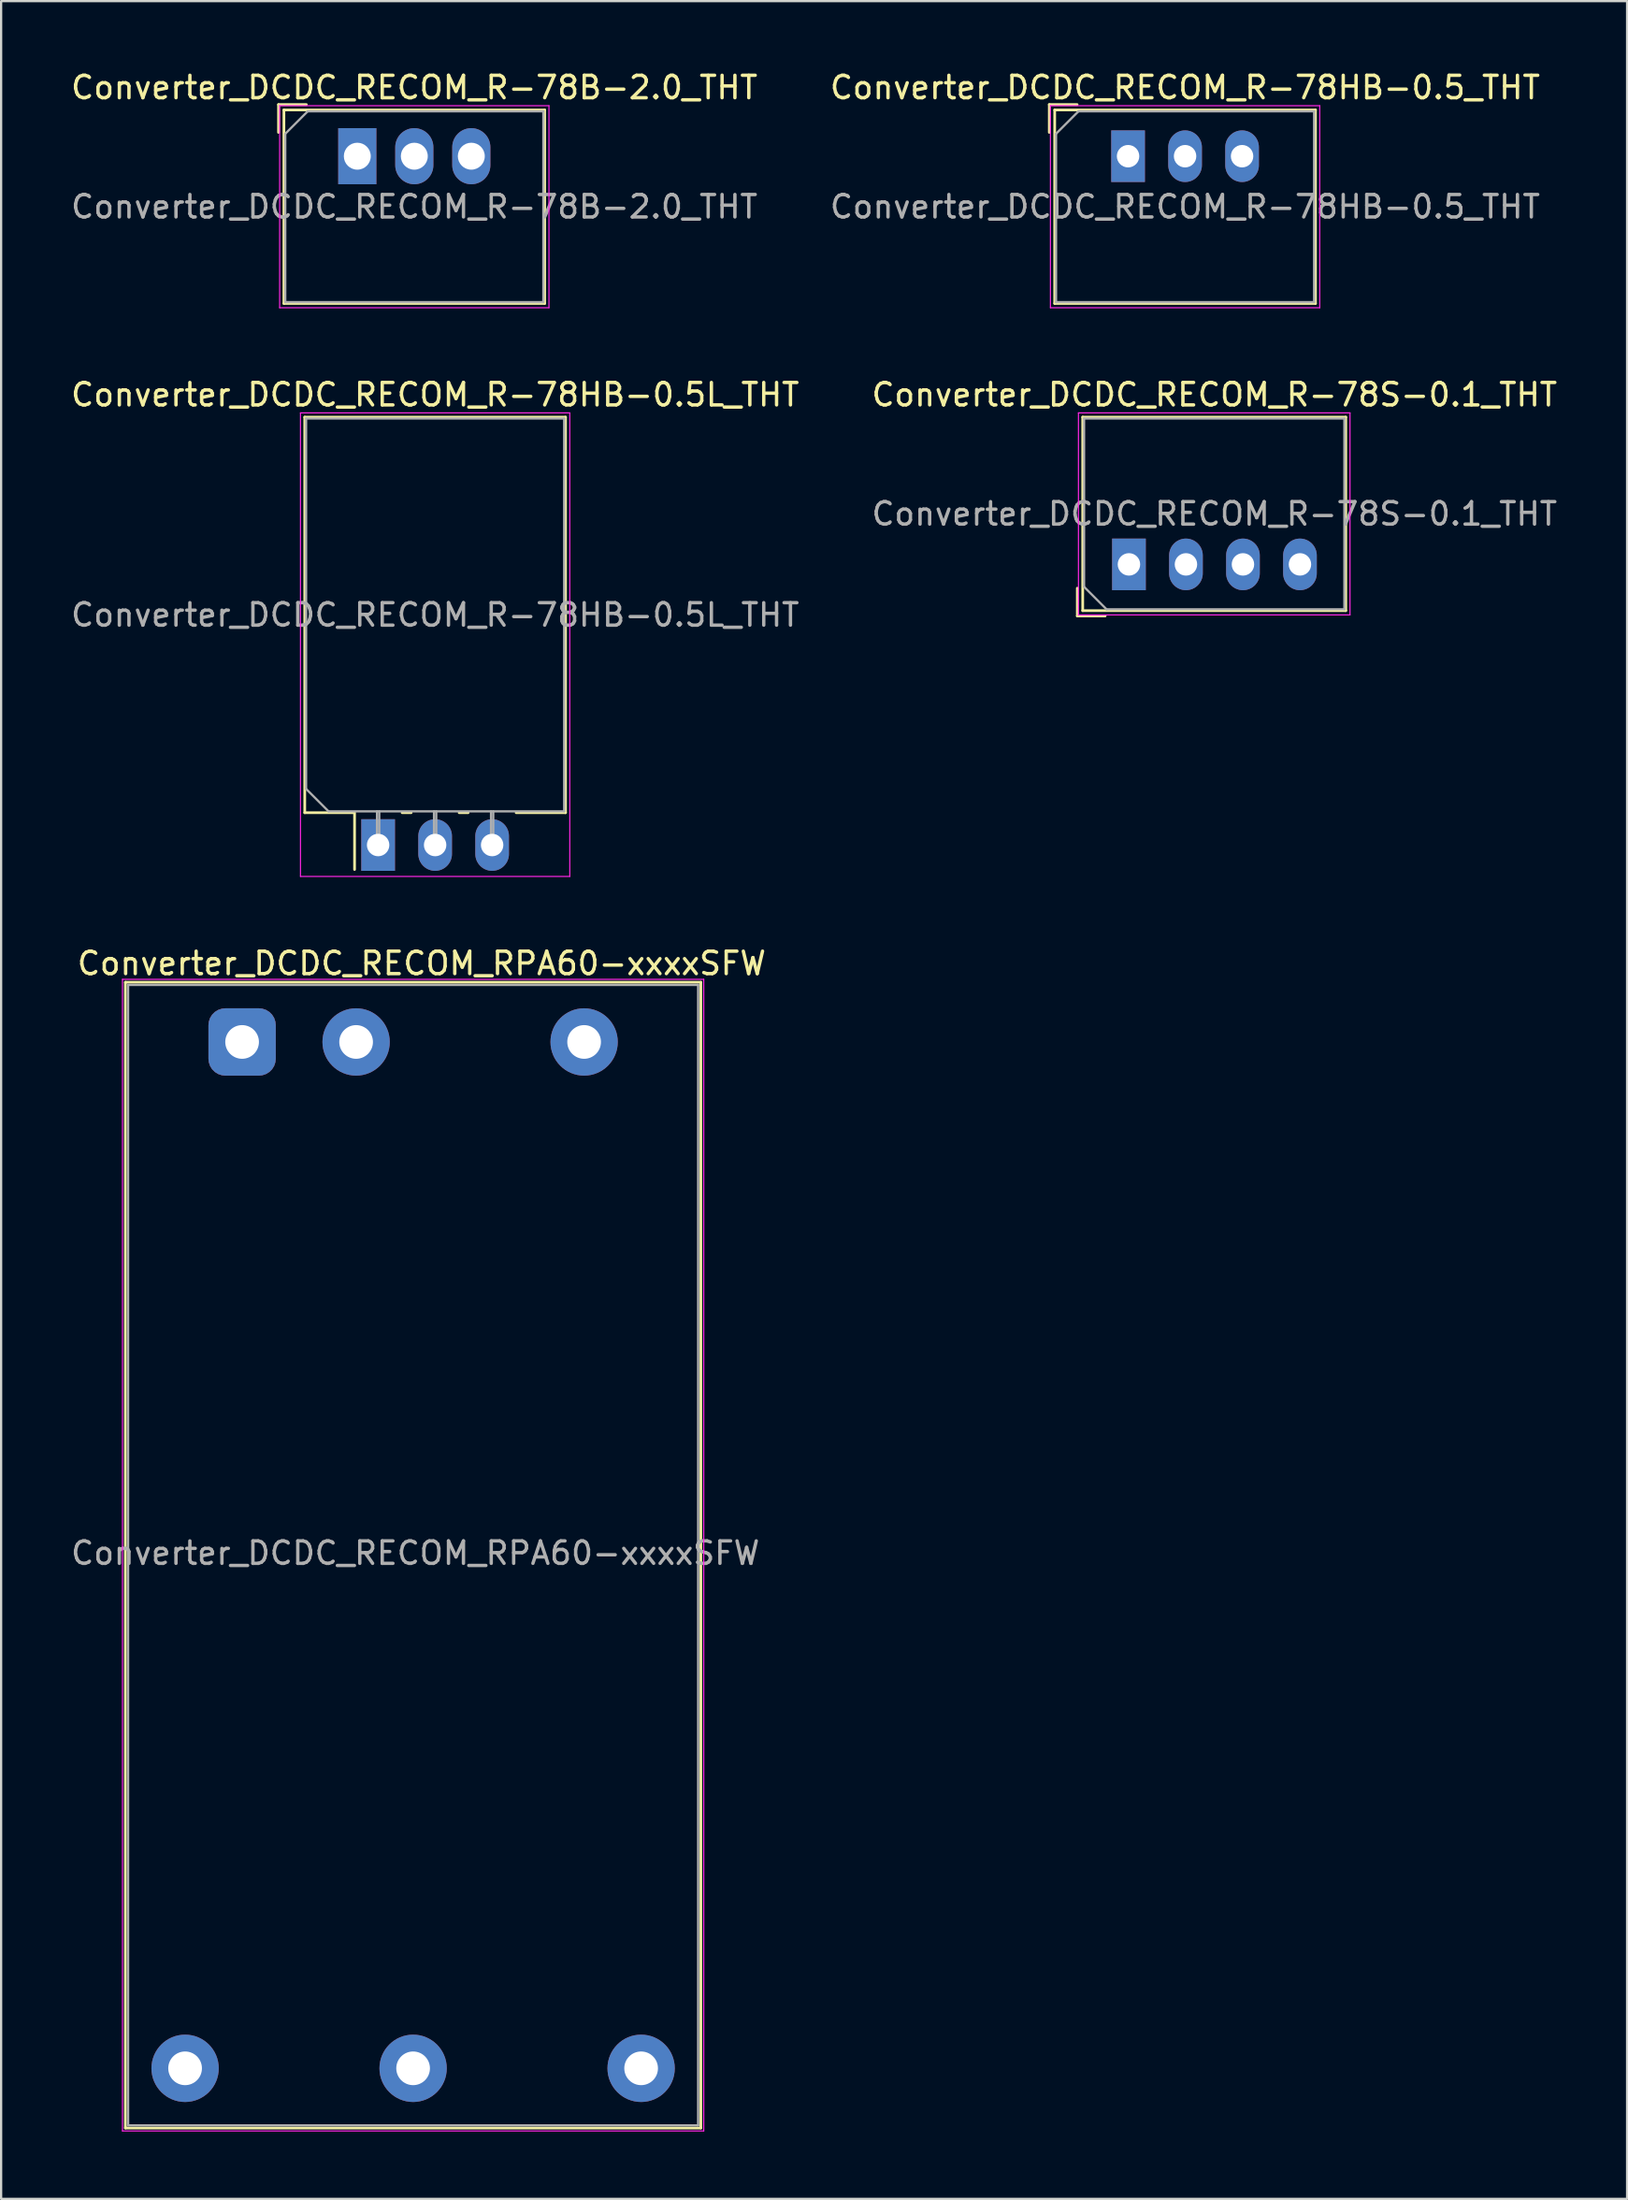
<source format=kicad_pcb>
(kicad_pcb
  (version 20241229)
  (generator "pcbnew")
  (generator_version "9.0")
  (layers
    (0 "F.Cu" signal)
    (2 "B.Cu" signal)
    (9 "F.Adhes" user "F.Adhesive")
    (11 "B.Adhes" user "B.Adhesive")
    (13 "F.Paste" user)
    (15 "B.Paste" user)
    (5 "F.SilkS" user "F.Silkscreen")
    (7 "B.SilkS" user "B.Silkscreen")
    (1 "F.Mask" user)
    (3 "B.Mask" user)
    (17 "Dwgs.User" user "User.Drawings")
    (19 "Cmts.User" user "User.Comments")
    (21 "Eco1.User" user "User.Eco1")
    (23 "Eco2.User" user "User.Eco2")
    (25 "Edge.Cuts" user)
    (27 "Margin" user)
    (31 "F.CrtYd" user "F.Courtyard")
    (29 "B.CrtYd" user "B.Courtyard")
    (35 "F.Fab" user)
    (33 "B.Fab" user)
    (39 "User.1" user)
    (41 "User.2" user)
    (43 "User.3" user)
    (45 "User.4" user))
  (footprint "Converter_DCDC_RECOM_R-78S-0.1_THT"
    (layer "F.Cu")
    (at 47.255 22.091)
    (property "Reference" "Converter_DCDC_RECOM_R-78S-0.1_THT" (at 3.81 -7.56 0) (layer "F.SilkS") (effects (font (size 1 1) (thickness 0.15))))
    (attr through_hole)
    (fp_line (start -2.3 1.06) (end -2.3 2.3) (stroke (width 0.12) (type solid)) (layer "F.SilkS"))
    (fp_line (start -2.3 2.3) (end -1.06 2.3) (stroke (width 0.12) (type solid)) (layer "F.SilkS"))
    (fp_line (start -2.06 -6.56) (end -2.06 2.06) (stroke (width 0.12) (type solid)) (layer "F.SilkS"))
    (fp_line (start -2.06 -6.56) (end 9.66 -6.56) (stroke (width 0.12) (type solid)) (layer "F.SilkS"))
    (fp_line (start -2.06 2.06) (end 9.66 2.06) (stroke (width 0.12) (type solid)) (layer "F.SilkS"))
    (fp_line (start 9.66 -6.56) (end 9.66 2.06) (stroke (width 0.12) (type solid)) (layer "F.SilkS"))
    (fp_line (start -2.25 -6.75) (end -2.25 2.25) (stroke (width 0.05) (type solid)) (layer "F.CrtYd"))
    (fp_line (start -2.25 2.25) (end 9.85 2.25) (stroke (width 0.05) (type solid)) (layer "F.CrtYd"))
    (fp_line (start 9.85 -6.75) (end -2.25 -6.75) (stroke (width 0.05) (type solid)) (layer "F.CrtYd"))
    (fp_line (start 9.85 2.25) (end 9.85 -6.75) (stroke (width 0.05) (type solid)) (layer "F.CrtYd"))
    (fp_line (start -2 -6.5) (end 9.6 -6.5) (stroke (width 0.1) (type solid)) (layer "F.Fab"))
    (fp_line (start -2 1) (end -2 -6.5) (stroke (width 0.1) (type solid)) (layer "F.Fab"))
    (fp_line (start -1 2) (end -2 1) (stroke (width 0.1) (type solid)) (layer "F.Fab"))
    (fp_line (start 9.6 -6.5) (end 9.6 2) (stroke (width 0.1) (type solid)) (layer "F.Fab"))
    (fp_line (start 9.6 2) (end -1 2) (stroke (width 0.1) (type solid)) (layer "F.Fab"))
    (fp_text user "${REFERENCE}" (at 3.81 -2.25 0) (layer "F.Fab") (effects (font (size 1 1) (thickness 0.15))))
    (pad "1" thru_hole rect (at 0 0) (size 1.5 2.3) (drill 1) (layers "*.Cu" "*.Mask"))
    (pad "2" thru_hole oval (at 2.54 0) (size 1.5 2.3) (drill 1) (layers "*.Cu" "*.Mask"))
    (pad "3" thru_hole oval (at 5.08 0) (size 1.5 2.3) (drill 1) (layers "*.Cu" "*.Mask"))
    (pad "4" thru_hole oval (at 7.62 0) (size 1.5 2.3) (drill 1) (layers "*.Cu" "*.Mask")))
  (footprint "Converter_DCDC_RECOM_R-78B-2.0_THT"
    (layer "F.Cu")
    (at 12.871 3.908)
    (property "Reference" "Converter_DCDC_RECOM_R-78B-2.0_THT" (at 2.54 -3.06 0) (layer "F.SilkS") (effects (font (size 1 1) (thickness 0.15))))
    (attr through_hole)
    (fp_line (start -3.51 -2.3) (end -2.27 -2.3) (stroke (width 0.12) (type solid)) (layer "F.SilkS"))
    (fp_line (start -3.51 -1.06) (end -3.51 -2.3) (stroke (width 0.12) (type solid)) (layer "F.SilkS"))
    (fp_line (start -3.27 -2.06) (end -3.27 6.56) (stroke (width 0.12) (type solid)) (layer "F.SilkS"))
    (fp_line (start -3.27 -2.06) (end 8.35 -2.06) (stroke (width 0.12) (type solid)) (layer "F.SilkS"))
    (fp_line (start -3.27 6.56) (end 8.35 6.56) (stroke (width 0.12) (type solid)) (layer "F.SilkS"))
    (fp_line (start 8.35 -2.06) (end 8.35 6.56) (stroke (width 0.12) (type solid)) (layer "F.SilkS"))
    (fp_line (start -3.46 -2.25) (end -3.46 6.75) (stroke (width 0.05) (type solid)) (layer "F.CrtYd"))
    (fp_line (start -3.46 6.75) (end 8.54 6.75) (stroke (width 0.05) (type solid)) (layer "F.CrtYd"))
    (fp_line (start 8.54 -2.25) (end -3.46 -2.25) (stroke (width 0.05) (type solid)) (layer "F.CrtYd"))
    (fp_line (start 8.54 6.75) (end 8.54 -2.25) (stroke (width 0.05) (type solid)) (layer "F.CrtYd"))
    (fp_line (start -3.21 -1) (end -2.21 -2) (stroke (width 0.1) (type solid)) (layer "F.Fab"))
    (fp_line (start -3.21 6.5) (end -3.21 -1) (stroke (width 0.1) (type solid)) (layer "F.Fab"))
    (fp_line (start -2.21 -2) (end 8.29 -2) (stroke (width 0.1) (type solid)) (layer "F.Fab"))
    (fp_line (start 8.29 -2) (end 8.29 6.5) (stroke (width 0.1) (type solid)) (layer "F.Fab"))
    (fp_line (start 8.29 6.5) (end -3.21 6.5) (stroke (width 0.1) (type solid)) (layer "F.Fab"))
    (fp_text user "${REFERENCE}" (at 2.54 2.25 0) (layer "F.Fab") (effects (font (size 1 1) (thickness 0.15))))
    (pad "1" thru_hole rect (at 0 0) (size 1.7 2.5) (drill 1.2) (layers "*.Cu" "*.Mask"))
    (pad "2" thru_hole oval (at 2.54 0) (size 1.7 2.5) (drill 1.2) (layers "*.Cu" "*.Mask"))
    (pad "3" thru_hole oval (at 5.08 0) (size 1.7 2.5) (drill 1.2) (layers "*.Cu" "*.Mask")))
  (footprint "Converter_DCDC_RECOM_R-78HB-0.5L_THT"
    (layer "F.Cu")
    (at 13.799 34.592)
    (property "Reference" "Converter_DCDC_RECOM_R-78HB-0.5L_THT" (at 2.54 -20.06 0) (layer "F.SilkS") (effects (font (size 1 1) (thickness 0.15))))
    (attr through_hole)
    (fp_line (start -3.27 -19.06) (end -3.27 -1.44) (stroke (width 0.12) (type solid)) (layer "F.SilkS"))
    (fp_line (start -3.27 -19.06) (end 8.35 -19.06) (stroke (width 0.12) (type solid)) (layer "F.SilkS"))
    (fp_line (start -3.27 -1.44) (end -1.07 -1.44) (stroke (width 0.12) (type solid)) (layer "F.SilkS"))
    (fp_line (start -1.05 -1.44) (end -1.05 1.091) (stroke (width 0.12) (type solid)) (layer "F.SilkS"))
    (fp_line (start 1.07 -1.44) (end 1.471 -1.44) (stroke (width 0.12) (type solid)) (layer "F.SilkS"))
    (fp_line (start 3.61 -1.44) (end 4.01 -1.44) (stroke (width 0.12) (type solid)) (layer "F.SilkS"))
    (fp_line (start 6.15 -1.44) (end 8.35 -1.44) (stroke (width 0.12) (type solid)) (layer "F.SilkS"))
    (fp_line (start 8.35 -19.06) (end 8.35 -1.44) (stroke (width 0.12) (type solid)) (layer "F.SilkS"))
    (fp_line (start -3.46 -19.25) (end -3.46 1.4) (stroke (width 0.05) (type solid)) (layer "F.CrtYd"))
    (fp_line (start -3.46 1.4) (end 8.54 1.4) (stroke (width 0.05) (type solid)) (layer "F.CrtYd"))
    (fp_line (start 8.54 -19.25) (end -3.46 -19.25) (stroke (width 0.05) (type solid)) (layer "F.CrtYd"))
    (fp_line (start 8.54 1.4) (end 8.54 -19.25) (stroke (width 0.05) (type solid)) (layer "F.CrtYd"))
    (fp_line (start -3.21 -19) (end 8.29 -19) (stroke (width 0.1) (type solid)) (layer "F.Fab"))
    (fp_line (start -3.21 -2.5) (end -3.21 -19) (stroke (width 0.1) (type solid)) (layer "F.Fab"))
    (fp_line (start -2.21 -1.5) (end -3.21 -2.5) (stroke (width 0.1) (type solid)) (layer "F.Fab"))
    (fp_line (start -0.05 0) (end -0.05 -1.5) (stroke (width 0.1) (type solid)) (layer "F.Fab"))
    (fp_line (start 0.05 0) (end 0.05 -1.5) (stroke (width 0.1) (type solid)) (layer "F.Fab"))
    (fp_line (start 2.49 0) (end 2.49 -1.5) (stroke (width 0.1) (type solid)) (layer "F.Fab"))
    (fp_line (start 2.59 0) (end 2.59 -1.5) (stroke (width 0.1) (type solid)) (layer "F.Fab"))
    (fp_line (start 5.03 0) (end 5.03 -1.5) (stroke (width 0.1) (type solid)) (layer "F.Fab"))
    (fp_line (start 5.13 0) (end 5.13 -1.5) (stroke (width 0.1) (type solid)) (layer "F.Fab"))
    (fp_line (start 8.29 -19) (end 8.29 -1.5) (stroke (width 0.1) (type solid)) (layer "F.Fab"))
    (fp_line (start 8.29 -1.5) (end -2.21 -1.5) (stroke (width 0.1) (type solid)) (layer "F.Fab"))
    (fp_text user "${REFERENCE}" (at 2.54 -10.25 0) (layer "F.Fab") (effects (font (size 1 1) (thickness 0.15))))
    (pad "1" thru_hole rect (at 0 0) (size 1.5 2.3) (drill 1) (layers "*.Cu" "*.Mask"))
    (pad "2" thru_hole oval (at 2.54 0) (size 1.5 2.3) (drill 1) (layers "*.Cu" "*.Mask"))
    (pad "3" thru_hole oval (at 5.08 0) (size 1.5 2.3) (drill 1) (layers "*.Cu" "*.Mask")))
  (footprint "Converter_DCDC_RECOM_R-78HB-0.5_THT"
    (layer "F.Cu")
    (at 47.216 3.908)
    (property "Reference" "Converter_DCDC_RECOM_R-78HB-0.5_THT" (at 2.54 -3.06 0) (layer "F.SilkS") (effects (font (size 1 1) (thickness 0.15))))
    (attr through_hole)
    (fp_line (start -3.51 -2.3) (end -2.27 -2.3) (stroke (width 0.12) (type solid)) (layer "F.SilkS"))
    (fp_line (start -3.51 -1.06) (end -3.51 -2.3) (stroke (width 0.12) (type solid)) (layer "F.SilkS"))
    (fp_line (start -3.27 -2.06) (end -3.27 6.56) (stroke (width 0.12) (type solid)) (layer "F.SilkS"))
    (fp_line (start -3.27 -2.06) (end 8.35 -2.06) (stroke (width 0.12) (type solid)) (layer "F.SilkS"))
    (fp_line (start -3.27 6.56) (end 8.35 6.56) (stroke (width 0.12) (type solid)) (layer "F.SilkS"))
    (fp_line (start 8.35 -2.06) (end 8.35 6.56) (stroke (width 0.12) (type solid)) (layer "F.SilkS"))
    (fp_line (start -3.46 -2.25) (end -3.46 6.75) (stroke (width 0.05) (type solid)) (layer "F.CrtYd"))
    (fp_line (start -3.46 6.75) (end 8.54 6.75) (stroke (width 0.05) (type solid)) (layer "F.CrtYd"))
    (fp_line (start 8.54 -2.25) (end -3.46 -2.25) (stroke (width 0.05) (type solid)) (layer "F.CrtYd"))
    (fp_line (start 8.54 6.75) (end 8.54 -2.25) (stroke (width 0.05) (type solid)) (layer "F.CrtYd"))
    (fp_line (start -3.21 -1) (end -2.21 -2) (stroke (width 0.1) (type solid)) (layer "F.Fab"))
    (fp_line (start -3.21 6.5) (end -3.21 -1) (stroke (width 0.1) (type solid)) (layer "F.Fab"))
    (fp_line (start -2.21 -2) (end 8.29 -2) (stroke (width 0.1) (type solid)) (layer "F.Fab"))
    (fp_line (start 8.29 -2) (end 8.29 6.5) (stroke (width 0.1) (type solid)) (layer "F.Fab"))
    (fp_line (start 8.29 6.5) (end -3.21 6.5) (stroke (width 0.1) (type solid)) (layer "F.Fab"))
    (fp_text user "${REFERENCE}" (at 2.54 2.25 0) (layer "F.Fab") (effects (font (size 1 1) (thickness 0.15))))
    (pad "1" thru_hole rect (at 0 0) (size 1.5 2.3) (drill 1) (layers "*.Cu" "*.Mask"))
    (pad "2" thru_hole oval (at 2.54 0) (size 1.5 2.3) (drill 1) (layers "*.Cu" "*.Mask"))
    (pad "3" thru_hole oval (at 5.08 0) (size 1.5 2.3) (drill 1) (layers "*.Cu" "*.Mask")))
  (footprint "Converter_DCDC_RECOM_RPA60-xxxxSFW"
    (layer "F.Cu")
    (at 7.738 43.365)
    (property "Reference" "Converter_DCDC_RECOM_RPA60-xxxxSFW" (at 8 -3.5 0) (layer "F.SilkS") (effects (font (size 1 1) (thickness 0.15))))
    (attr through_hole)
    (fp_line (start -5.2 -2.66) (end 20.44 -2.66) (stroke (width 0.12) (type solid)) (layer "F.SilkS"))
    (fp_line (start -5.2 48.38) (end -5.2 -2.66) (stroke (width 0.12) (type solid)) (layer "F.SilkS"))
    (fp_line (start 20.44 -2.66) (end 20.44 48.38) (stroke (width 0.12) (type solid)) (layer "F.SilkS"))
    (fp_line (start 20.44 48.38) (end -5.2 48.38) (stroke (width 0.12) (type solid)) (layer "F.SilkS"))
    (fp_line (start -5.33 -2.79) (end 20.57 -2.79) (stroke (width 0.05) (type solid)) (layer "F.CrtYd"))
    (fp_line (start -5.33 48.51) (end -5.33 -2.79) (stroke (width 0.05) (type solid)) (layer "F.CrtYd"))
    (fp_line (start 20.57 -2.79) (end 20.57 48.51) (stroke (width 0.05) (type solid)) (layer "F.CrtYd"))
    (fp_line (start 20.57 48.51) (end -5.33 48.51) (stroke (width 0.05) (type solid)) (layer "F.CrtYd"))
    (fp_line (start -5.08 -2.54) (end 20.32 -2.54) (stroke (width 0.1) (type solid)) (layer "F.Fab"))
    (fp_line (start -5.08 48.26) (end -5.08 -2.54) (stroke (width 0.1) (type solid)) (layer "F.Fab"))
    (fp_line (start -5.08 48.26) (end 20.32 48.26) (stroke (width 0.1) (type solid)) (layer "F.Fab"))
    (fp_line (start 20.32 48.26) (end 20.32 -2.54) (stroke (width 0.1) (type solid)) (layer "F.Fab"))
    (fp_text user "${REFERENCE}" (at 7.72 22.77 0) (layer "F.Fab") (effects (font (size 1 1) (thickness 0.15))))
    (pad "1" thru_hole roundrect (at 0 0) (size 3 3) (drill 1.5) (layers "*.Cu" "*.Mask") (roundrect_rratio 0.25))
    (pad "2" thru_hole circle (at 5.08 0) (size 3 3) (drill 1.5) (layers "*.Cu" "*.Mask"))
    (pad "3" thru_hole circle (at 15.24 0) (size 3 3) (drill 1.5) (layers "*.Cu" "*.Mask"))
    (pad "4" thru_hole circle (at 17.78 45.72) (size 3 3) (drill 1.5) (layers "*.Cu" "*.Mask"))
    (pad "5" thru_hole circle (at 7.62 45.72) (size 3 3) (drill 1.5) (layers "*.Cu" "*.Mask"))
    (pad "6" thru_hole circle (at -2.54 45.72) (size 3 3) (drill 1.5) (layers "*.Cu" "*.Mask")))
  (gr_rect
    (start -3 -3)
    (end 69.452 94.9)
    (stroke (width 0.1) (type default))
    (fill no)
    (layer "Edge.Cuts")))
</source>
